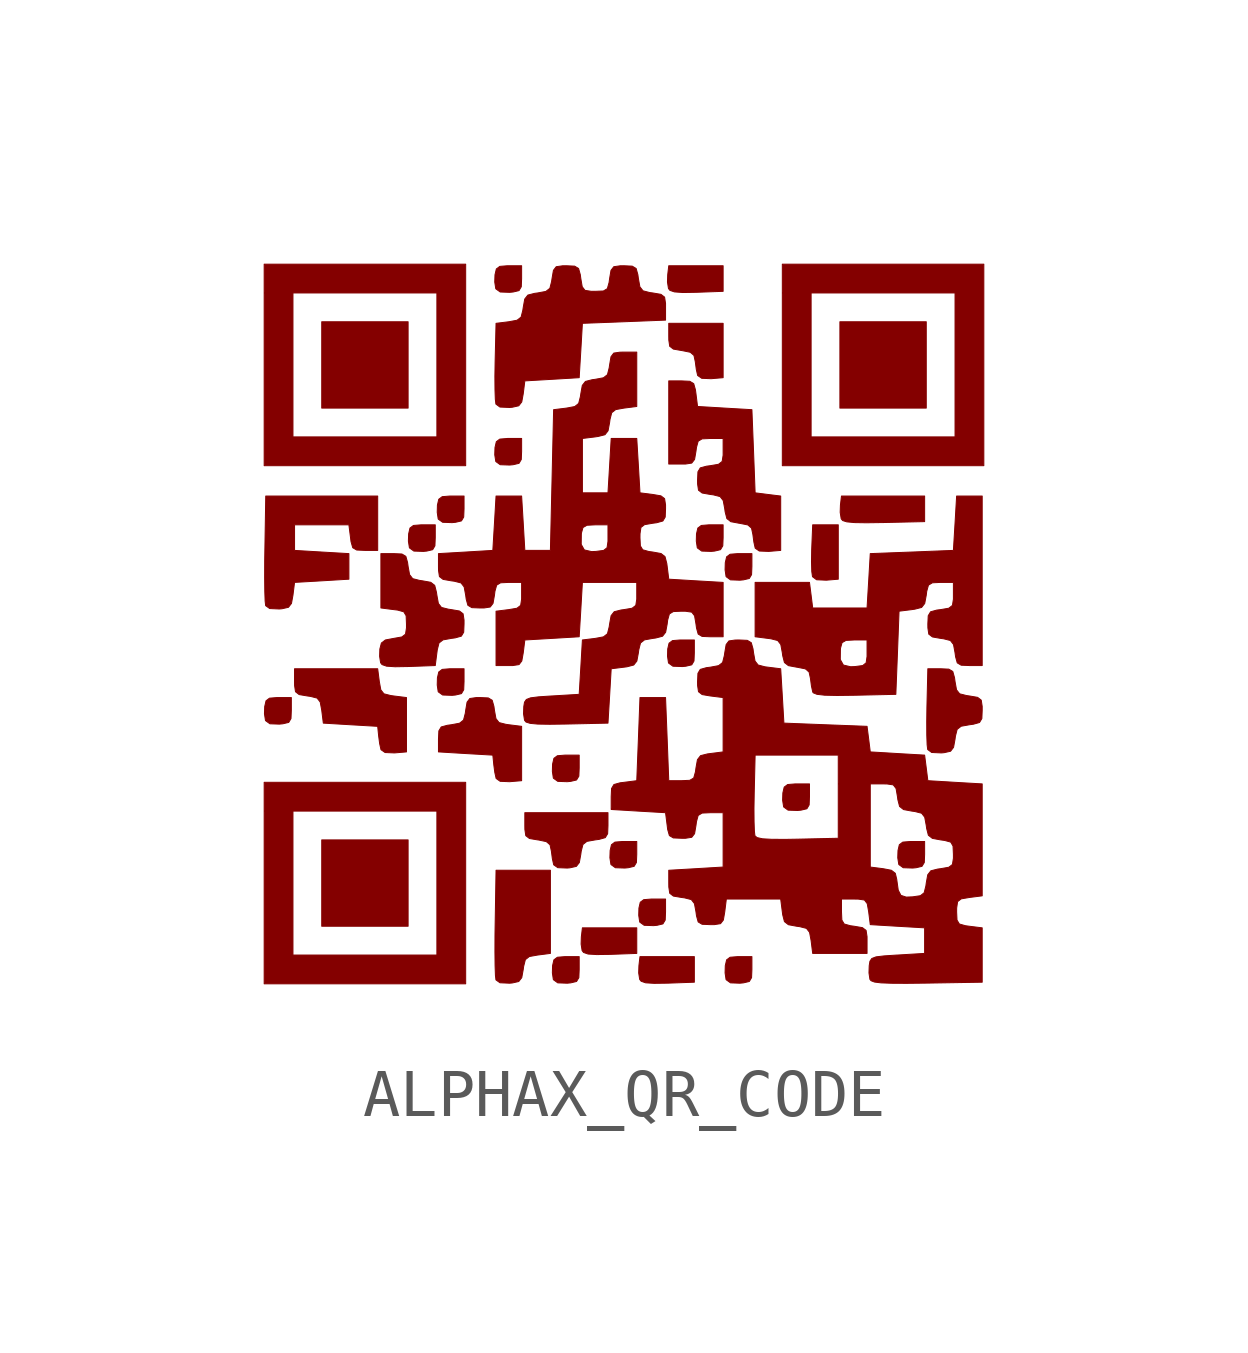
<source format=kicad_sym>
(kicad_symbol_lib
  (version 20210619)
  (generator bitmap2component)
  (symbol "ALPHAX_QR_CODE"
    (pin_names
      (offset 1.016))
    (property "Reference" "G"
      (at 0 9.365 0)
      (effects (font (size 1.27 1.27)) hide))
    (symbol "ALPHAX_QR_CODE_0_0"
      (polyline (pts (xy -3.333 -3.267) (xy -7.533 -3.267) (xy -7.533 -3.867) (xy -6.933 -3.867) (xy -3.933 -3.867) (xy -3.933 -6.867) (xy -6.933 -6.867) (xy -6.933 -3.867) (xy -7.533 -3.867) (xy -7.533 -7.467) (xy -3.333 -7.467) (xy -3.333 -3.267)) (stroke (width 0.01)) (fill (type outline)))
      (polyline (pts (xy -2.361 -7.449) (xy -2.227 -7.419) (xy -2.164 -7.338) (xy -2.133 -7.167) (xy -2.125 -7.105) (xy -2.089 -6.963) (xy -2.006 -6.898) (xy -1.833 -6.867) (xy -1.567 -6.833) (xy -1.567 -5.1) (xy -2.7 -5.1) (xy -2.718 -6.197) (xy -2.722 -6.452) (xy -2.723 -6.8) (xy -2.72 -7.087) (xy -2.713 -7.29) (xy -2.702 -7.385) (xy -2.618 -7.445) (xy -2.417 -7.454) (xy -2.361 -7.449)) (stroke (width 0.01)) (fill (type outline)))
      (polyline (pts (xy -1.144 -7.447) (xy -1.022 -7.418) (xy -0.974 -7.338) (xy -0.967 -7.167) (xy -0.967 -6.9) (xy -1.233 -6.9) (xy -1.264 -6.9) (xy -1.422 -6.913) (xy -1.494 -6.967) (xy -1.522 -7.089) (xy -1.526 -7.239) (xy -1.506 -7.376) (xy -1.503 -7.382) (xy -1.413 -7.447) (xy -1.217 -7.454) (xy -1.144 -7.447)) (stroke (width 0.01)) (fill (type outline)))
      (polyline (pts (xy 0.882 -7.453) (xy 1.433 -7.433) (xy 1.433 -6.9) (xy 0.3 -6.9) (xy 0.278 -7.089) (xy 0.273 -7.239) (xy 0.294 -7.375) (xy 0.324 -7.413) (xy 0.418 -7.446) (xy 0.596 -7.457) (xy 0.882 -7.453)) (stroke (width 0.01)) (fill (type outline)))
      (polyline (pts (xy 2.456 -7.447) (xy 2.579 -7.418) (xy 2.626 -7.338) (xy 2.633 -7.167) (xy 2.633 -6.9) (xy 2.367 -6.9) (xy 2.336 -6.9) (xy 2.178 -6.913) (xy 2.106 -6.967) (xy 2.078 -7.089) (xy 2.074 -7.239) (xy 2.094 -7.376) (xy 2.097 -7.382) (xy 2.187 -7.447) (xy 2.383 -7.454) (xy 2.456 -7.447)) (stroke (width 0.01)) (fill (type outline)))
      (polyline (pts (xy 6.282 -7.452) (xy 7.433 -7.433) (xy 7.433 -6.3) (xy 7.167 -6.267) (xy 7.085 -6.256) (xy 6.957 -6.22) (xy 6.908 -6.138) (xy 6.9 -5.967) (xy 6.901 -5.885) (xy 6.92 -5.754) (xy 6.996 -5.696) (xy 7.167 -5.667) (xy 7.433 -5.633) (xy 7.433 -3.3) (xy 6.867 -3.267) (xy 6.3 -3.233) (xy 6.267 -2.967) (xy 6.233 -2.7) (xy 5.667 -2.667) (xy 5.1 -2.633) (xy 5.067 -2.367) (xy 5.033 -2.1) (xy 4.167 -2.067) (xy 3.3 -2.033) (xy 3.267 -1.467) (xy 3.233 -0.9) (xy 2.967 -0.867) (xy 2.905 -0.859) (xy 2.763 -0.822) (xy 2.698 -0.739) (xy 2.667 -0.567) (xy 2.656 -0.485) (xy 2.62 -0.357) (xy 2.538 -0.308) (xy 2.367 -0.3) (xy 2.285 -0.301) (xy 2.154 -0.32) (xy 2.096 -0.396) (xy 2.067 -0.567) (xy 2.058 -0.628) (xy 2.022 -0.77) (xy 1.939 -0.835) (xy 1.767 -0.867) (xy 1.685 -0.877) (xy 1.557 -0.913) (xy 1.508 -0.995) (xy 1.5 -1.167) (xy 1.501 -1.249) (xy 1.52 -1.379) (xy 1.596 -1.438) (xy 1.767 -1.467) (xy 2.033 -1.5) (xy 2.033 -2.633) (xy 1.767 -2.667) (xy 1.705 -2.675) (xy 1.563 -2.711) (xy 1.498 -2.794) (xy 1.467 -2.967) (xy 1.456 -3.049) (xy 1.42 -3.177) (xy 1.338 -3.225) (xy 1.167 -3.233) (xy 0.9 -3.233) (xy 0.867 -2.367) (xy 0.833 -1.5) (xy 0.3 -1.5) (xy 0.267 -2.367) (xy 0.233 -3.233) (xy -0.033 -3.267) (xy -0.115 -3.277) (xy -0.243 -3.313) (xy -0.292 -3.395) (xy -0.3 -3.567) (xy -0.3 -3.815) (xy 2.676 -3.815) (xy 2.681 -3.496) (xy 2.7 -2.7) (xy 4.433 -2.7) (xy 4.433 -3.3) (xy 5.1 -3.3) (xy 5.367 -3.3) (xy 5.449 -3.301) (xy 5.579 -3.32) (xy 5.638 -3.396) (xy 5.667 -3.567) (xy 5.675 -3.628) (xy 5.711 -3.77) (xy 5.794 -3.835) (xy 5.967 -3.867) (xy 6.028 -3.875) (xy 6.17 -3.911) (xy 6.235 -3.994) (xy 6.267 -4.167) (xy 6.275 -4.228) (xy 6.311 -4.37) (xy 6.394 -4.435) (xy 6.567 -4.467) (xy 6.649 -4.478) (xy 6.777 -4.513) (xy 6.825 -4.595) (xy 6.833 -4.767) (xy 6.833 -4.849) (xy 6.813 -4.979) (xy 6.737 -5.037) (xy 6.567 -5.067) (xy 6.505 -5.075) (xy 6.363 -5.111) (xy 6.298 -5.194) (xy 6.267 -5.367) (xy 6.259 -5.427) (xy 6.223 -5.569) (xy 6.145 -5.63) (xy 5.983 -5.654) (xy 5.848 -5.659) (xy 5.739 -5.623) (xy 5.683 -5.514) (xy 5.653 -5.3) (xy 5.652 -5.289) (xy 5.622 -5.163) (xy 5.54 -5.1) (xy 5.367 -5.067) (xy 5.1 -5.033) (xy 5.1 -3.3) (xy 4.433 -3.3) (xy 4.433 -4.433) (xy 3.582 -4.452) (xy 3.35 -4.456) (xy 3.049 -4.455) (xy 2.853 -4.444) (xy 2.741 -4.419) (xy 2.696 -4.381) (xy 2.685 -4.288) (xy 2.678 -4.089) (xy 2.676 -3.815) (xy -0.3 -3.815) (xy -0.3 -3.833) (xy 0.267 -3.867) (xy 0.833 -3.9) (xy 0.867 -4.167) (xy 0.877 -4.249) (xy 0.913 -4.377) (xy 0.995 -4.426) (xy 1.167 -4.433) (xy 1.249 -4.433) (xy 1.379 -4.413) (xy 1.438 -4.337) (xy 1.467 -4.167) (xy 1.478 -4.085) (xy 1.513 -3.957) (xy 1.595 -3.908) (xy 1.767 -3.9) (xy 2.033 -3.9) (xy 2.033 -5.033) (xy 1.467 -5.067) (xy 0.9 -5.1) (xy 0.9 -5.367) (xy 0.901 -5.449) (xy 0.92 -5.579) (xy 0.996 -5.638) (xy 1.167 -5.667) (xy 1.228 -5.675) (xy 1.37 -5.711) (xy 1.435 -5.794) (xy 1.467 -5.967) (xy 1.478 -6.049) (xy 1.513 -6.177) (xy 1.595 -6.226) (xy 1.767 -6.233) (xy 1.849 -6.233) (xy 1.979 -6.213) (xy 2.038 -6.137) (xy 2.067 -5.967) (xy 2.1 -5.7) (xy 3.233 -5.7) (xy 3.267 -5.967) (xy 3.275 -6.028) (xy 3.311 -6.17) (xy 3.394 -6.235) (xy 3.567 -6.267) (xy 3.628 -6.275) (xy 3.77 -6.311) (xy 3.835 -6.394) (xy 3.867 -6.567) (xy 3.9 -6.833) (xy 5.033 -6.833) (xy 5.033 -6.567) (xy 5.033 -6.485) (xy 5.013 -6.354) (xy 4.937 -6.296) (xy 4.767 -6.267) (xy 4.685 -6.256) (xy 4.557 -6.22) (xy 4.508 -6.138) (xy 4.5 -5.967) (xy 4.5 -5.7) (xy 4.767 -5.7) (xy 4.849 -5.701) (xy 4.979 -5.72) (xy 5.037 -5.796) (xy 5.067 -5.967) (xy 5.1 -6.233) (xy 5.667 -6.267) (xy 6.233 -6.3) (xy 6.233 -6.833) (xy 5.667 -6.867) (xy 5.658 -6.867) (xy 5.387 -6.885) (xy 5.22 -6.905) (xy 5.132 -6.939) (xy 5.093 -6.997) (xy 5.078 -7.089) (xy 5.073 -7.239) (xy 5.093 -7.374) (xy 5.118 -7.403) (xy 5.189 -7.43) (xy 5.324 -7.447) (xy 5.54 -7.455) (xy 5.853 -7.457) (xy 6.282 -7.452)) (stroke (width 0.01)) (fill (type outline)))
      (polyline (pts (xy -0.318 -6.853) (xy 0.233 -6.833) (xy 0.233 -6.3) (xy -0.9 -6.3) (xy -0.922 -6.489) (xy -0.927 -6.639) (xy -0.906 -6.775) (xy -0.876 -6.813) (xy -0.782 -6.846) (xy -0.604 -6.857) (xy -0.318 -6.853)) (stroke (width 0.01)) (fill (type outline)))
      (polyline (pts (xy 0.656 -6.247) (xy 0.778 -6.218) (xy 0.826 -6.138) (xy 0.833 -5.967) (xy 0.833 -5.7) (xy 0.567 -5.7) (xy 0.536 -5.7) (xy 0.378 -5.713) (xy 0.306 -5.767) (xy 0.278 -5.889) (xy 0.274 -6.039) (xy 0.294 -6.176) (xy 0.297 -6.182) (xy 0.387 -6.247) (xy 0.583 -6.254) (xy 0.656 -6.247)) (stroke (width 0.01)) (fill (type outline)))
      (polyline (pts (xy -1.161 -5.049) (xy -1.026 -5.019) (xy -0.964 -4.939) (xy -0.933 -4.767) (xy -0.925 -4.705) (xy -0.889 -4.563) (xy -0.806 -4.498) (xy -0.633 -4.467) (xy -0.551 -4.456) (xy -0.423 -4.42) (xy -0.374 -4.338) (xy -0.367 -4.167) (xy -0.367 -3.9) (xy -2.1 -3.9) (xy -2.1 -4.167) (xy -2.099 -4.249) (xy -2.08 -4.379) (xy -2.004 -4.438) (xy -1.833 -4.467) (xy -1.819 -4.468) (xy -1.652 -4.503) (xy -1.575 -4.569) (xy -1.547 -4.7) (xy -1.526 -4.86) (xy -1.498 -4.987) (xy -1.413 -5.046) (xy -1.217 -5.054) (xy -1.161 -5.049)) (stroke (width 0.01)) (fill (type outline)))
      (polyline (pts (xy 0.056 -5.047) (xy 0.178 -5.018) (xy 0.226 -4.938) (xy 0.233 -4.767) (xy 0.233 -4.5) (xy -0.033 -4.5) (xy -0.064 -4.5) (xy -0.222 -4.513) (xy -0.294 -4.567) (xy -0.322 -4.689) (xy -0.327 -4.839) (xy -0.306 -4.976) (xy -0.303 -4.982) (xy -0.213 -5.047) (xy -0.017 -5.054) (xy 0.056 -5.047)) (stroke (width 0.01)) (fill (type outline)))
      (polyline (pts (xy -2.167 -3.233) (xy -2.167 -2.1) (xy -2.433 -2.067) (xy -2.495 -2.058) (xy -2.637 -2.022) (xy -2.702 -1.939) (xy -2.733 -1.767) (xy -2.744 -1.685) (xy -2.78 -1.557) (xy -2.862 -1.508) (xy -3.033 -1.5) (xy -3.115 -1.501) (xy -3.246 -1.52) (xy -3.304 -1.596) (xy -3.333 -1.767) (xy -3.341 -1.828) (xy -3.378 -1.97) (xy -3.461 -2.035) (xy -3.633 -2.067) (xy -3.715 -2.078) (xy -3.843 -2.113) (xy -3.892 -2.195) (xy -3.9 -2.367) (xy -3.9 -2.633) (xy -3.333 -2.667) (xy -2.767 -2.7) (xy -2.747 -2.9) (xy -2.726 -3.06) (xy -2.698 -3.187) (xy -2.614 -3.246) (xy -2.417 -3.254) (xy -2.167 -3.233)) (stroke (width 0.01)) (fill (type outline)))
      (polyline (pts (xy -1.144 -3.247) (xy -1.022 -3.218) (xy -0.974 -3.138) (xy -0.967 -2.967) (xy -0.967 -2.7) (xy -1.233 -2.7) (xy -1.264 -2.7) (xy -1.422 -2.713) (xy -1.494 -2.767) (xy -1.522 -2.889) (xy -1.526 -3.039) (xy -1.506 -3.176) (xy -1.503 -3.182) (xy -1.413 -3.247) (xy -1.217 -3.254) (xy -1.144 -3.247)) (stroke (width 0.01)) (fill (type outline)))
      (polyline (pts (xy -4.567 -2.633) (xy -4.567 -1.5) (xy -4.833 -1.467) (xy -4.895 -1.458) (xy -5.037 -1.422) (xy -5.102 -1.339) (xy -5.133 -1.167) (xy -5.167 -0.9) (xy -6.9 -0.9) (xy -6.9 -1.167) (xy -6.899 -1.249) (xy -6.88 -1.379) (xy -6.804 -1.438) (xy -6.633 -1.467) (xy -6.572 -1.475) (xy -6.43 -1.511) (xy -6.365 -1.594) (xy -6.333 -1.767) (xy -6.3 -2.033) (xy -5.733 -2.067) (xy -5.167 -2.1) (xy -5.147 -2.3) (xy -5.126 -2.46) (xy -5.098 -2.587) (xy -5.013 -2.646) (xy -4.817 -2.654) (xy -4.567 -2.633)) (stroke (width 0.01)) (fill (type outline)))
      (polyline (pts (xy 6.639 -2.649) (xy 6.774 -2.619) (xy 6.836 -2.538) (xy 6.867 -2.367) (xy 6.875 -2.305) (xy 6.911 -2.163) (xy 6.994 -2.098) (xy 7.167 -2.067) (xy 7.249 -2.056) (xy 7.377 -2.02) (xy 7.426 -1.938) (xy 7.433 -1.767) (xy 7.433 -1.685) (xy 7.413 -1.554) (xy 7.337 -1.496) (xy 7.167 -1.467) (xy 7.105 -1.458) (xy 6.963 -1.422) (xy 6.898 -1.339) (xy 6.867 -1.167) (xy 6.856 -1.085) (xy 6.82 -0.957) (xy 6.738 -0.908) (xy 6.567 -0.9) (xy 6.3 -0.9) (xy 6.281 -1.696) (xy 6.277 -2.004) (xy 6.278 -2.281) (xy 6.285 -2.484) (xy 6.297 -2.583) (xy 6.38 -2.645) (xy 6.583 -2.654) (xy 6.639 -2.649)) (stroke (width 0.01)) (fill (type outline)))
      (polyline (pts (xy -7.144 -2.047) (xy -7.021 -2.018) (xy -6.974 -1.938) (xy -6.967 -1.767) (xy -6.967 -1.5) (xy -7.233 -1.5) (xy -7.264 -1.5) (xy -7.422 -1.513) (xy -7.494 -1.567) (xy -7.522 -1.689) (xy -7.527 -1.839) (xy -7.506 -1.976) (xy -7.503 -1.982) (xy -7.413 -2.047) (xy -7.217 -2.054) (xy -7.144 -2.047)) (stroke (width 0.01)) (fill (type outline)))
      (polyline (pts (xy -1.218 -2.052) (xy -0.367 -2.033) (xy -0.333 -1.467) (xy -0.3 -0.9) (xy -0.033 -0.867) (xy 0.028 -0.859) (xy 0.17 -0.822) (xy 0.235 -0.739) (xy 0.267 -0.567) (xy 0.275 -0.505) (xy 0.311 -0.363) (xy 0.394 -0.298) (xy 0.567 -0.267) (xy 0.628 -0.259) (xy 0.77 -0.222) (xy 0.835 -0.139) (xy 0.867 0.033) (xy 0.877 0.115) (xy 0.913 0.243) (xy 0.995 0.292) (xy 1.167 0.3) (xy 1.249 0.299) (xy 1.379 0.28) (xy 1.438 0.204) (xy 1.467 0.033) (xy 1.478 -0.049) (xy 1.513 -0.177) (xy 1.595 -0.226) (xy 1.767 -0.233) (xy 2.033 -0.233) (xy 2.033 0.9) (xy 1.467 0.933) (xy 0.9 0.967) (xy 0.867 1.233) (xy 0.859 1.295) (xy 0.822 1.437) (xy 0.739 1.502) (xy 0.567 1.533) (xy 0.485 1.544) (xy 0.357 1.58) (xy 0.308 1.662) (xy 0.3 1.833) (xy 0.301 1.915) (xy 0.32 2.046) (xy 0.396 2.104) (xy 0.567 2.133) (xy 0.649 2.144) (xy 0.777 2.18) (xy 0.826 2.262) (xy 0.833 2.433) (xy 0.833 2.515) (xy 0.813 2.646) (xy 0.737 2.704) (xy 0.567 2.733) (xy 0.3 2.767) (xy 0.267 3.333) (xy 0.233 3.9) (xy -0.3 3.9) (xy -0.333 3.333) (xy -0.367 2.767) (xy -0.9 2.767) (xy -0.9 3.9) (xy -0.633 3.933) (xy -0.572 3.942) (xy -0.43 3.978) (xy -0.365 4.061) (xy -0.333 4.233) (xy -0.325 4.295) (xy -0.289 4.437) (xy -0.206 4.502) (xy -0.033 4.533) (xy 0.233 4.567) (xy 0.233 5.7) (xy -0.033 5.7) (xy -0.115 5.699) (xy -0.246 5.68) (xy -0.304 5.604) (xy -0.333 5.433) (xy -0.342 5.372) (xy -0.378 5.23) (xy -0.461 5.165) (xy -0.633 5.133) (xy -0.695 5.125) (xy -0.837 5.089) (xy -0.902 5.006) (xy -0.933 4.833) (xy -0.942 4.772) (xy -0.978 4.63) (xy -1.061 4.565) (xy -1.233 4.533) (xy -1.5 4.5) (xy -1.533 3.033) (xy -1.564 1.693) (xy -0.925 1.693) (xy -0.922 1.911) (xy -0.919 1.933) (xy -0.888 2.044) (xy -0.806 2.091) (xy -0.633 2.1) (xy -0.367 2.1) (xy -0.367 1.833) (xy -0.367 1.756) (xy -0.386 1.623) (xy -0.457 1.567) (xy -0.617 1.546) (xy -0.709 1.542) (xy -0.86 1.577) (xy -0.925 1.693) (xy -1.564 1.693) (xy -1.567 1.567) (xy -2.1 1.567) (xy -2.133 2.133) (xy -2.167 2.7) (xy -2.7 2.7) (xy -2.733 2.133) (xy -2.767 1.567) (xy -3.333 1.533) (xy -3.9 1.5) (xy -3.9 1.233) (xy -3.899 1.151) (xy -3.88 1.021) (xy -3.804 0.963) (xy -3.633 0.933) (xy -3.572 0.925) (xy -3.43 0.889) (xy -3.365 0.806) (xy -3.333 0.633) (xy -3.322 0.551) (xy -3.287 0.423) (xy -3.205 0.374) (xy -3.033 0.367) (xy -2.951 0.367) (xy -2.821 0.387) (xy -2.763 0.463) (xy -2.733 0.633) (xy -2.723 0.715) (xy -2.687 0.843) (xy -2.605 0.892) (xy -2.433 0.9) (xy -2.167 0.9) (xy -2.167 0.633) (xy -2.167 0.551) (xy -2.187 0.421) (xy -2.263 0.362) (xy -2.433 0.333) (xy -2.7 0.3) (xy -2.7 -0.833) (xy -2.433 -0.833) (xy -2.351 -0.833) (xy -2.221 -0.813) (xy -2.163 -0.737) (xy -2.133 -0.567) (xy -2.1 -0.3) (xy -1.533 -0.267) (xy -0.967 -0.233) (xy -0.933 0.333) (xy -0.9 0.9) (xy 0.233 0.9) (xy 0.233 0.633) (xy 0.233 0.551) (xy 0.213 0.421) (xy 0.137 0.362) (xy -0.033 0.333) (xy -0.095 0.325) (xy -0.237 0.289) (xy -0.302 0.206) (xy -0.333 0.033) (xy -0.342 -0.028) (xy -0.378 -0.17) (xy -0.461 -0.235) (xy -0.633 -0.267) (xy -0.9 -0.3) (xy -0.933 -0.867) (xy -0.967 -1.433) (xy -1.533 -1.467) (xy -1.542 -1.467) (xy -1.813 -1.485) (xy -1.98 -1.506) (xy -2.068 -1.54) (xy -2.107 -1.597) (xy -2.122 -1.689) (xy -2.127 -1.839) (xy -2.106 -1.974) (xy -2.075 -2.011) (xy -1.989 -2.038) (xy -1.831 -2.053) (xy -1.581 -2.057) (xy -1.218 -2.052)) (stroke (width 0.01)) (fill (type outline)))
      (polyline (pts (xy -3.544 -1.447) (xy -3.421 -1.418) (xy -3.374 -1.338) (xy -3.367 -1.167) (xy -3.367 -0.9) (xy -3.633 -0.9) (xy -3.664 -0.9) (xy -3.822 -0.913) (xy -3.894 -0.967) (xy -3.922 -1.089) (xy -3.926 -1.239) (xy -3.906 -1.376) (xy -3.903 -1.382) (xy -3.813 -1.447) (xy -3.617 -1.454) (xy -3.544 -1.447)) (stroke (width 0.01)) (fill (type outline)))
      (polyline (pts (xy 4.782 -1.452) (xy 5.633 -1.433) (xy 5.667 -0.567) (xy 5.7 0.3) (xy 5.967 0.333) (xy 6.028 0.342) (xy 6.17 0.378) (xy 6.235 0.461) (xy 6.267 0.633) (xy 6.277 0.715) (xy 6.313 0.843) (xy 6.395 0.892) (xy 6.567 0.9) (xy 6.833 0.9) (xy 6.833 0.633) (xy 6.833 0.551) (xy 6.813 0.421) (xy 6.737 0.362) (xy 6.567 0.333) (xy 6.485 0.323) (xy 6.357 0.287) (xy 6.308 0.205) (xy 6.3 0.033) (xy 6.301 -0.049) (xy 6.32 -0.179) (xy 6.396 -0.237) (xy 6.567 -0.267) (xy 6.628 -0.275) (xy 6.77 -0.311) (xy 6.835 -0.394) (xy 6.867 -0.567) (xy 6.878 -0.649) (xy 6.913 -0.777) (xy 6.995 -0.826) (xy 7.167 -0.833) (xy 7.433 -0.833) (xy 7.433 2.7) (xy 6.9 2.7) (xy 6.867 2.133) (xy 6.833 1.567) (xy 5.967 1.533) (xy 5.1 1.5) (xy 5.067 0.933) (xy 5.033 0.367) (xy 3.9 0.367) (xy 3.867 0.633) (xy 3.833 0.9) (xy 2.7 0.9) (xy 2.7 -0.233) (xy 2.967 -0.267) (xy 3.028 -0.275) (xy 3.17 -0.311) (xy 3.235 -0.394) (xy 3.267 -0.567) (xy 3.275 -0.628) (xy 3.295 -0.707) (xy 4.475 -0.707) (xy 4.478 -0.489) (xy 4.481 -0.467) (xy 4.512 -0.356) (xy 4.593 -0.309) (xy 4.767 -0.3) (xy 5.033 -0.3) (xy 5.033 -0.567) (xy 5.033 -0.644) (xy 5.014 -0.776) (xy 4.943 -0.833) (xy 4.783 -0.854) (xy 4.691 -0.858) (xy 4.54 -0.823) (xy 4.475 -0.707) (xy 3.295 -0.707) (xy 3.311 -0.77) (xy 3.394 -0.835) (xy 3.567 -0.867) (xy 3.581 -0.869) (xy 3.748 -0.902) (xy 3.825 -0.969) (xy 3.853 -1.1) (xy 3.874 -1.26) (xy 3.901 -1.385) (xy 3.913 -1.402) (xy 3.99 -1.433) (xy 4.149 -1.451) (xy 4.407 -1.457) (xy 4.782 -1.452)) (stroke (width 0.01)) (fill (type outline)))
      (polyline (pts (xy -4.518 -0.853) (xy -3.967 -0.833) (xy -3.933 -0.567) (xy -3.925 -0.505) (xy -3.889 -0.363) (xy -3.806 -0.298) (xy -3.633 -0.267) (xy -3.551 -0.256) (xy -3.423 -0.22) (xy -3.374 -0.138) (xy -3.367 0.033) (xy -3.367 0.115) (xy -3.387 0.246) (xy -3.463 0.304) (xy -3.633 0.333) (xy -3.695 0.342) (xy -3.837 0.378) (xy -3.902 0.461) (xy -3.933 0.633) (xy -3.942 0.695) (xy -3.978 0.837) (xy -4.061 0.902) (xy -4.233 0.933) (xy -4.295 0.942) (xy -4.437 0.978) (xy -4.502 1.061) (xy -4.533 1.233) (xy -4.544 1.315) (xy -4.58 1.443) (xy -4.662 1.492) (xy -4.833 1.5) (xy -5.1 1.5) (xy -5.1 0.367) (xy -4.833 0.333) (xy -4.751 0.323) (xy -4.623 0.287) (xy -4.574 0.205) (xy -4.567 0.033) (xy -4.567 -0.049) (xy -4.587 -0.179) (xy -4.663 -0.237) (xy -4.833 -0.267) (xy -5.007 -0.3) (xy -5.09 -0.364) (xy -5.122 -0.489) (xy -5.127 -0.639) (xy -5.106 -0.775) (xy -5.076 -0.813) (xy -4.982 -0.846) (xy -4.804 -0.858) (xy -4.518 -0.853)) (stroke (width 0.01)) (fill (type outline)))
      (polyline (pts (xy 1.256 -0.847) (xy 1.379 -0.818) (xy 1.426 -0.738) (xy 1.433 -0.567) (xy 1.433 -0.3) (xy 1.167 -0.3) (xy 1.136 -0.3) (xy 0.978 -0.313) (xy 0.906 -0.367) (xy 0.878 -0.489) (xy 0.874 -0.639) (xy 0.894 -0.776) (xy 0.897 -0.782) (xy 0.987 -0.847) (xy 1.183 -0.854) (xy 1.256 -0.847)) (stroke (width 0.01)) (fill (type outline)))
      (polyline (pts (xy -7.161 0.351) (xy -7.027 0.381) (xy -6.964 0.462) (xy -6.933 0.633) (xy -6.9 0.9) (xy -6.333 0.933) (xy -5.767 0.967) (xy -5.767 1.5) (xy -6.333 1.533) (xy -6.9 1.567) (xy -6.9 2.1) (xy -5.767 2.1) (xy -5.733 1.833) (xy -5.723 1.751) (xy -5.687 1.623) (xy -5.605 1.575) (xy -5.433 1.567) (xy -5.167 1.567) (xy -5.167 2.7) (xy -7.5 2.7) (xy -7.518 1.603) (xy -7.522 1.348) (xy -7.523 1) (xy -7.52 0.713) (xy -7.513 0.51) (xy -7.502 0.415) (xy -7.418 0.355) (xy -7.217 0.346) (xy -7.161 0.351)) (stroke (width 0.01)) (fill (type outline)))
      (polyline (pts (xy 2.456 0.953) (xy 2.579 0.982) (xy 2.626 1.062) (xy 2.633 1.233) (xy 2.633 1.5) (xy 2.367 1.5) (xy 2.336 1.5) (xy 2.178 1.487) (xy 2.106 1.433) (xy 2.078 1.311) (xy 2.074 1.161) (xy 2.094 1.024) (xy 2.097 1.018) (xy 2.187 0.953) (xy 2.383 0.946) (xy 2.456 0.953)) (stroke (width 0.01)) (fill (type outline)))
      (polyline (pts (xy 4.433 0.967) (xy 4.433 2.1) (xy 3.9 2.1) (xy 3.88 1.606) (xy 3.879 1.581) (xy 3.875 1.329) (xy 3.881 1.128) (xy 3.896 1.019) (xy 3.981 0.955) (xy 4.183 0.946) (xy 4.433 0.967)) (stroke (width 0.01)) (fill (type outline)))
      (polyline (pts (xy -4.144 1.553) (xy -4.021 1.582) (xy -3.974 1.662) (xy -3.967 1.833) (xy -3.967 2.1) (xy -4.233 2.1) (xy -4.264 2.1) (xy -4.422 2.087) (xy -4.494 2.033) (xy -4.522 1.911) (xy -4.527 1.761) (xy -4.506 1.624) (xy -4.503 1.618) (xy -4.413 1.553) (xy -4.217 1.546) (xy -4.144 1.553)) (stroke (width 0.01)) (fill (type outline)))
      (polyline (pts (xy 1.856 1.553) (xy 1.978 1.582) (xy 2.026 1.662) (xy 2.033 1.833) (xy 2.033 2.1) (xy 1.767 2.1) (xy 1.736 2.1) (xy 1.578 2.087) (xy 1.506 2.033) (xy 1.478 1.911) (xy 1.474 1.761) (xy 1.494 1.624) (xy 1.497 1.618) (xy 1.587 1.553) (xy 1.783 1.546) (xy 1.856 1.553)) (stroke (width 0.01)) (fill (type outline)))
      (polyline (pts (xy 3.233 1.567) (xy 3.233 2.7) (xy 2.967 2.733) (xy 2.7 2.767) (xy 2.667 3.633) (xy 2.633 4.5) (xy 2.067 4.533) (xy 1.5 4.567) (xy 1.467 4.833) (xy 1.456 4.915) (xy 1.42 5.043) (xy 1.338 5.092) (xy 1.167 5.1) (xy 0.9 5.1) (xy 0.9 3.367) (xy 1.167 3.367) (xy 1.249 3.367) (xy 1.379 3.387) (xy 1.438 3.463) (xy 1.467 3.633) (xy 1.478 3.715) (xy 1.513 3.843) (xy 1.595 3.892) (xy 1.767 3.9) (xy 2.033 3.9) (xy 2.033 3.633) (xy 2.033 3.551) (xy 2.013 3.421) (xy 1.937 3.362) (xy 1.767 3.333) (xy 1.685 3.322) (xy 1.557 3.287) (xy 1.508 3.205) (xy 1.5 3.033) (xy 1.501 2.951) (xy 1.52 2.821) (xy 1.596 2.763) (xy 1.767 2.733) (xy 1.828 2.725) (xy 1.97 2.689) (xy 2.035 2.606) (xy 2.067 2.433) (xy 2.075 2.372) (xy 2.111 2.23) (xy 2.194 2.165) (xy 2.367 2.133) (xy 2.381 2.131) (xy 2.548 2.098) (xy 2.625 2.031) (xy 2.653 1.9) (xy 2.674 1.74) (xy 2.702 1.613) (xy 2.787 1.554) (xy 2.983 1.546) (xy 3.233 1.567)) (stroke (width 0.01)) (fill (type outline)))
      (polyline (pts (xy -3.544 2.153) (xy -3.421 2.182) (xy -3.374 2.262) (xy -3.367 2.433) (xy -3.367 2.7) (xy -3.633 2.7) (xy -3.664 2.7) (xy -3.822 2.687) (xy -3.894 2.633) (xy -3.922 2.511) (xy -3.926 2.361) (xy -3.906 2.224) (xy -3.903 2.218) (xy -3.813 2.153) (xy -3.617 2.146) (xy -3.544 2.153)) (stroke (width 0.01)) (fill (type outline)))
      (polyline (pts (xy 5.382 2.148) (xy 6.233 2.167) (xy 6.233 2.7) (xy 4.5 2.7) (xy 4.478 2.511) (xy 4.473 2.361) (xy 4.494 2.226) (xy 4.525 2.189) (xy 4.611 2.162) (xy 4.769 2.147) (xy 5.019 2.143) (xy 5.382 2.148)) (stroke (width 0.01)) (fill (type outline)))
      (polyline (pts (xy -3.333 7.533) (xy -7.533 7.533) (xy -7.533 6.933) (xy -6.933 6.933) (xy -3.933 6.933) (xy -3.933 3.933) (xy -6.933 3.933) (xy -6.933 6.933) (xy -7.533 6.933) (xy -7.533 3.333) (xy -3.333 3.333) (xy -3.333 7.533)) (stroke (width 0.01)) (fill (type outline)))
      (polyline (pts (xy -2.344 3.353) (xy -2.221 3.382) (xy -2.174 3.462) (xy -2.167 3.633) (xy -2.167 3.9) (xy -2.433 3.9) (xy -2.464 3.9) (xy -2.622 3.887) (xy -2.694 3.833) (xy -2.722 3.711) (xy -2.727 3.561) (xy -2.706 3.424) (xy -2.703 3.418) (xy -2.613 3.353) (xy -2.417 3.346) (xy -2.344 3.353)) (stroke (width 0.01)) (fill (type outline)))
      (polyline (pts (xy 7.467 7.533) (xy 3.267 7.533) (xy 3.267 6.933) (xy 3.867 6.933) (xy 6.867 6.933) (xy 6.867 3.933) (xy 3.867 3.933) (xy 3.867 6.933) (xy 3.267 6.933) (xy 3.267 3.333) (xy 7.467 3.333) (xy 7.467 7.533)) (stroke (width 0.01)) (fill (type outline)))
      (polyline (pts (xy -2.361 4.551) (xy -2.227 4.581) (xy -2.164 4.662) (xy -2.133 4.833) (xy -2.1 5.1) (xy -1.533 5.133) (xy -0.967 5.167) (xy -0.933 5.733) (xy -0.9 6.3) (xy -0.033 6.333) (xy 0.833 6.367) (xy 0.833 6.633) (xy 0.833 6.715) (xy 0.813 6.846) (xy 0.737 6.904) (xy 0.567 6.933) (xy 0.505 6.941) (xy 0.363 6.978) (xy 0.298 7.061) (xy 0.267 7.233) (xy 0.256 7.315) (xy 0.22 7.443) (xy 0.138 7.492) (xy -0.033 7.5) (xy -0.115 7.499) (xy -0.246 7.48) (xy -0.304 7.404) (xy -0.333 7.233) (xy -0.344 7.151) (xy -0.38 7.023) (xy -0.462 6.974) (xy -0.633 6.967) (xy -0.715 6.967) (xy -0.846 6.987) (xy -0.904 7.063) (xy -0.933 7.233) (xy -0.944 7.315) (xy -0.98 7.443) (xy -1.062 7.492) (xy -1.233 7.5) (xy -1.315 7.499) (xy -1.446 7.48) (xy -1.504 7.404) (xy -1.533 7.233) (xy -1.542 7.172) (xy -1.578 7.03) (xy -1.661 6.965) (xy -1.833 6.933) (xy -1.895 6.925) (xy -2.037 6.889) (xy -2.102 6.806) (xy -2.133 6.633) (xy -2.142 6.572) (xy -2.178 6.43) (xy -2.261 6.365) (xy -2.433 6.333) (xy -2.7 6.3) (xy -2.719 5.504) (xy -2.724 5.196) (xy -2.722 4.919) (xy -2.715 4.716) (xy -2.703 4.617) (xy -2.619 4.555) (xy -2.417 4.546) (xy -2.361 4.551)) (stroke (width 0.01)) (fill (type outline)))
      (polyline (pts (xy 2.033 5.167) (xy 2.033 6.3) (xy 0.9 6.3) (xy 0.9 6.033) (xy 0.901 5.951) (xy 0.92 5.821) (xy 0.996 5.763) (xy 1.167 5.733) (xy 1.181 5.731) (xy 1.348 5.697) (xy 1.425 5.631) (xy 1.453 5.5) (xy 1.474 5.34) (xy 1.502 5.213) (xy 1.587 5.154) (xy 1.783 5.146) (xy 2.033 5.167)) (stroke (width 0.01)) (fill (type outline)))
      (polyline (pts (xy -2.344 6.953) (xy -2.221 6.982) (xy -2.174 7.062) (xy -2.167 7.233) (xy -2.167 7.5) (xy -2.433 7.5) (xy -2.464 7.5) (xy -2.622 7.487) (xy -2.694 7.433) (xy -2.722 7.311) (xy -2.727 7.161) (xy -2.706 7.024) (xy -2.703 7.018) (xy -2.613 6.953) (xy -2.417 6.946) (xy -2.344 6.953)) (stroke (width 0.01)) (fill (type outline)))
      (polyline (pts (xy 1.482 6.947) (xy 2.033 6.967) (xy 2.033 7.5) (xy 0.9 7.5) (xy 0.878 7.311) (xy 0.873 7.161) (xy 0.894 7.025) (xy 0.924 6.987) (xy 1.018 6.955) (xy 1.196 6.942) (xy 1.482 6.947)) (stroke (width 0.01)) (fill (type outline)))
      (polyline (pts (xy -4.533 -4.467) (xy -6.333 -4.467) (xy -6.333 -6.267) (xy -4.533 -6.267) (xy -4.533 -4.467)) (stroke (width 0.01)) (fill (type outline)))
      (polyline (pts (xy 6.056 -5.047) (xy 6.178 -5.018) (xy 6.226 -4.938) (xy 6.233 -4.767) (xy 6.233 -4.5) (xy 5.967 -4.5) (xy 5.936 -4.5) (xy 5.778 -4.513) (xy 5.706 -4.567) (xy 5.678 -4.689) (xy 5.673 -4.839) (xy 5.694 -4.976) (xy 5.697 -4.982) (xy 5.787 -5.047) (xy 5.983 -5.054) (xy 6.056 -5.047)) (stroke (width 0.01)) (fill (type outline)))
      (polyline (pts (xy 3.656 -3.847) (xy 3.779 -3.818) (xy 3.826 -3.738) (xy 3.833 -3.567) (xy 3.833 -3.3) (xy 3.567 -3.3) (xy 3.536 -3.3) (xy 3.378 -3.313) (xy 3.306 -3.367) (xy 3.278 -3.489) (xy 3.273 -3.639) (xy 3.294 -3.776) (xy 3.297 -3.782) (xy 3.387 -3.847) (xy 3.583 -3.854) (xy 3.656 -3.847)) (stroke (width 0.01)) (fill (type outline)))
      (polyline (pts (xy -4.533 6.333) (xy -6.333 6.333) (xy -6.333 4.533) (xy -4.533 4.533) (xy -4.533 6.333)) (stroke (width 0.01)) (fill (type outline)))
      (polyline (pts (xy 6.267 6.333) (xy 4.467 6.333) (xy 4.467 4.533) (xy 6.267 4.533) (xy 6.267 6.333)) (stroke (width 0.01)) (fill (type outline))))))
</source>
